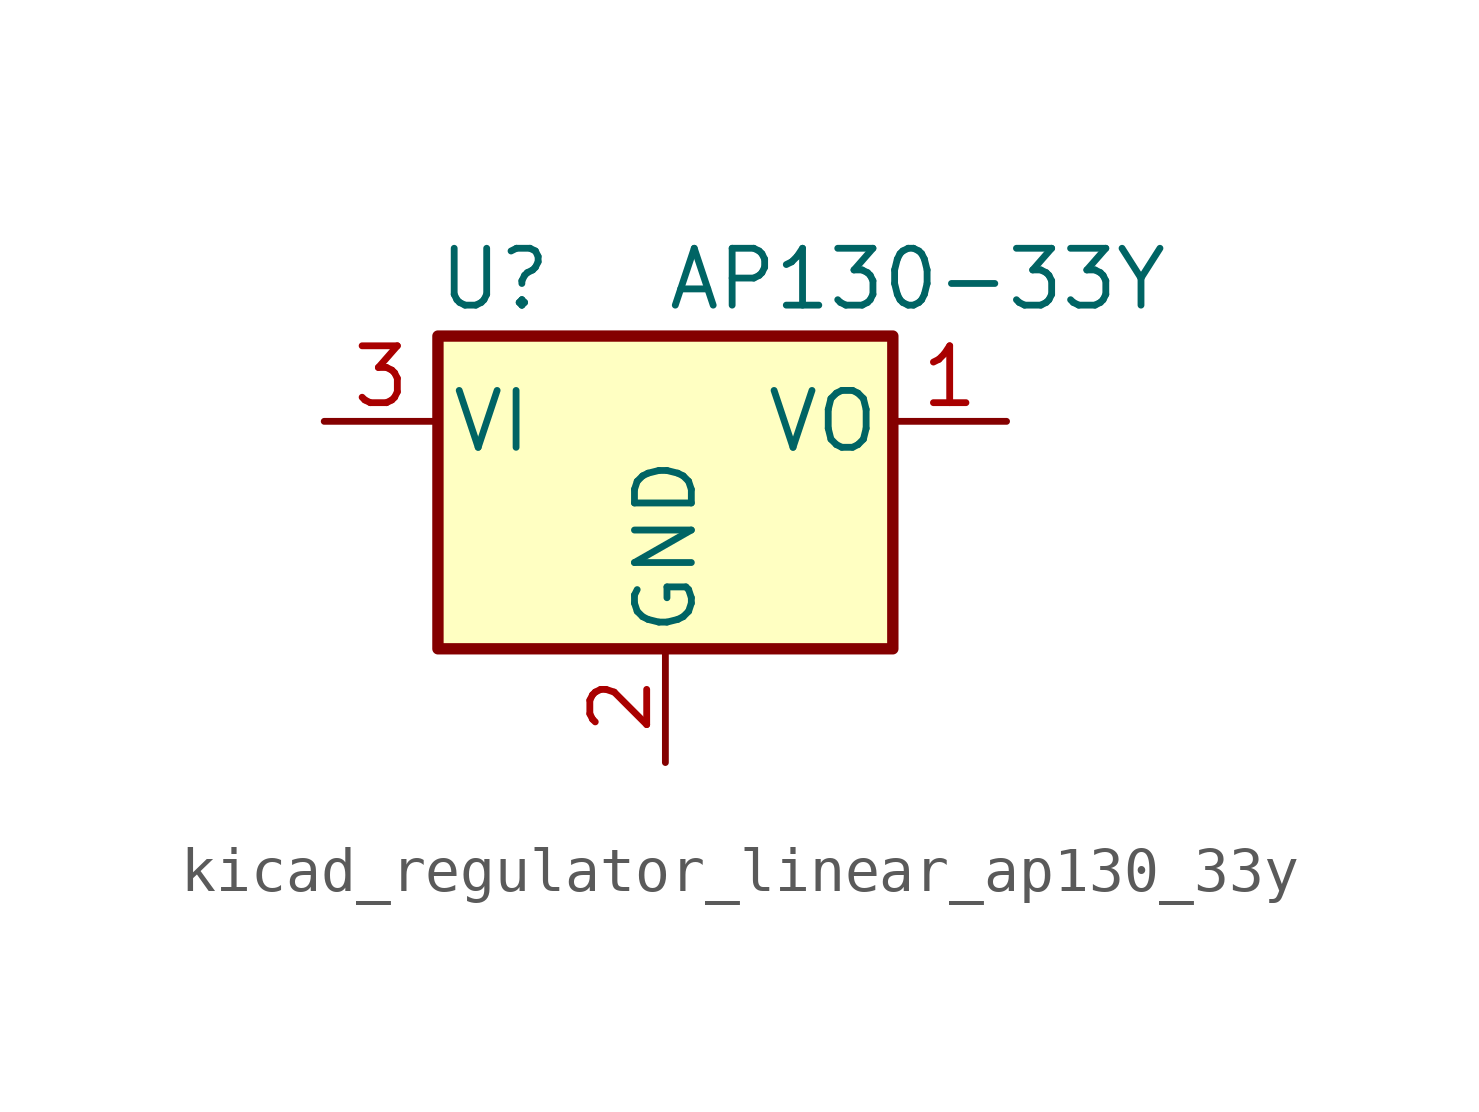
<source format=kicad_sym>
(kicad_symbol_lib
  (version 20220914)
  (generator kicad_symbol_editor)
  (symbol "kicad_regulator_linear_ap130_33y"
    (pin_names
      (offset 0.254))
    (property "Reference" "U"
      (at -3.81 3.175 0)
      (effects (font (size 1.27 1.27))))
    (property "Value" "AP130-33Y"
      (at 0 3.175 0)
      (effects (font (size 1.27 1.27)) (justify left)))
    (symbol "kicad_regulator_linear_ap130_33y_0_1"
      (rectangle (start -5.08 1.905) (end 5.08 -5.08) (stroke (width 0.254) (type default)) (fill (type background))))
    (symbol "kicad_regulator_linear_ap130_33y_1_1"
      (pin power_out line (at 7.62 0 180) (length 2.54) (name "VO" (effects (font (size 1.27 1.27)))) (number "1" (effects (font (size 1.27 1.27)))))
      (pin power_in line (at 0 -7.62 90) (length 2.54) (name "GND" (effects (font (size 1.27 1.27)))) (number "2" (effects (font (size 1.27 1.27)))))
      (pin power_in line (at -7.62 0 0) (length 2.54) (name "VI" (effects (font (size 1.27 1.27)))) (number "3" (effects (font (size 1.27 1.27))))))))
</source>
